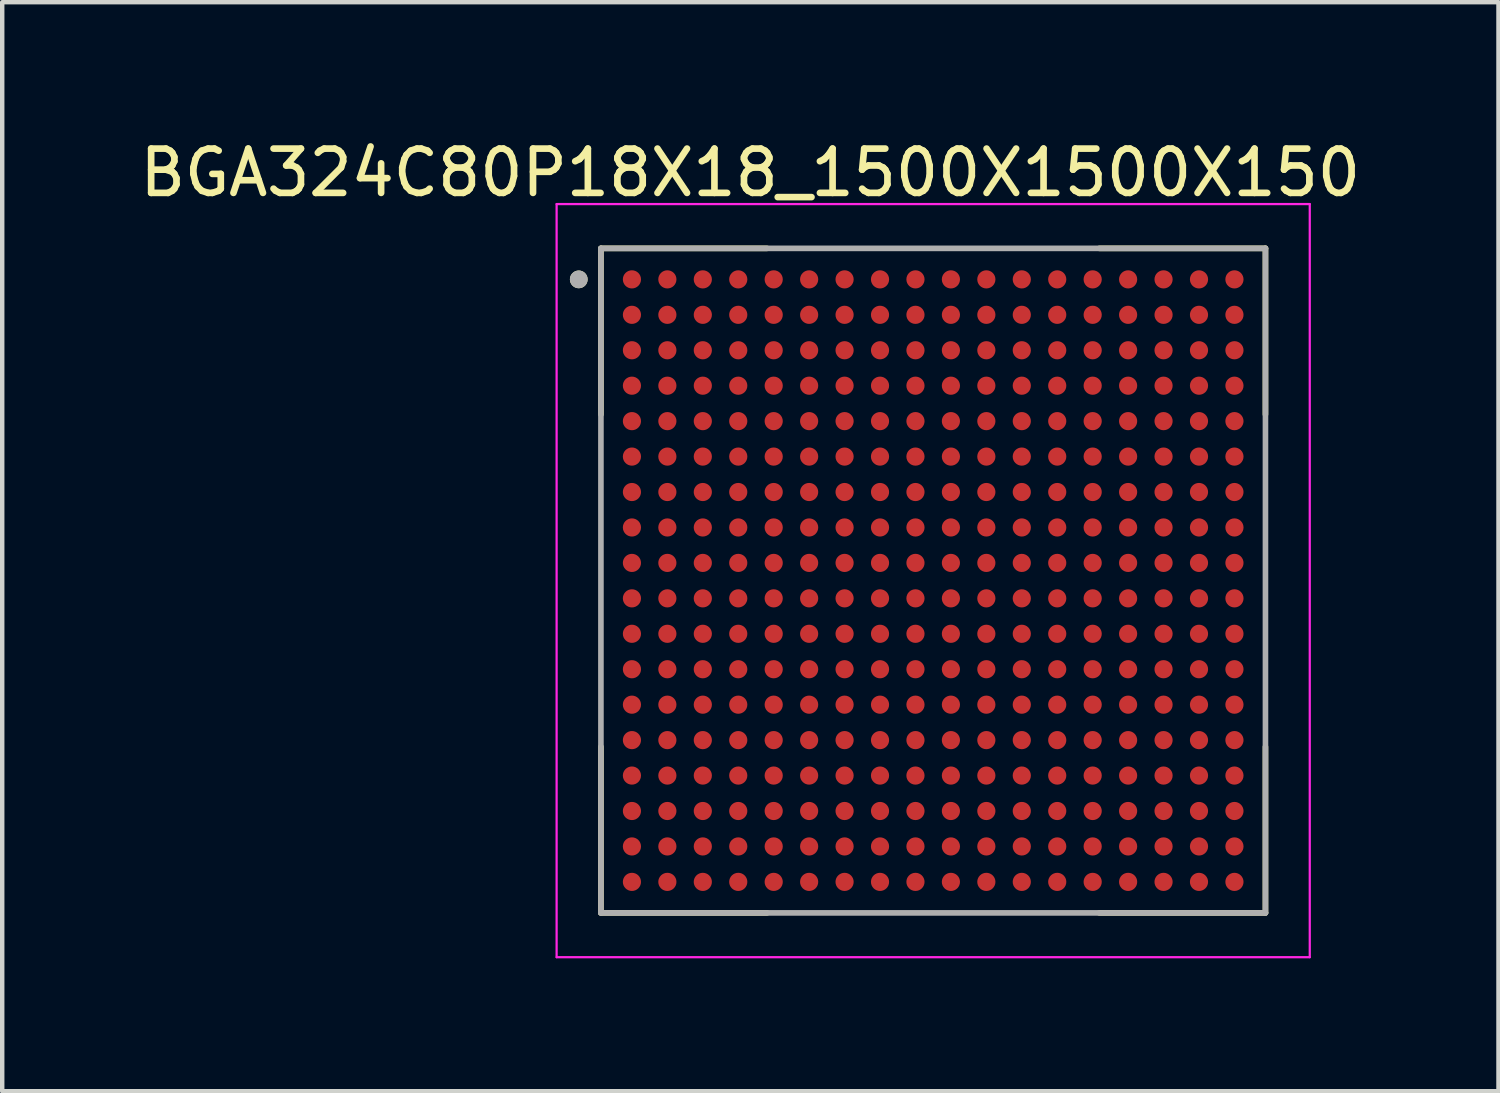
<source format=kicad_pcb>
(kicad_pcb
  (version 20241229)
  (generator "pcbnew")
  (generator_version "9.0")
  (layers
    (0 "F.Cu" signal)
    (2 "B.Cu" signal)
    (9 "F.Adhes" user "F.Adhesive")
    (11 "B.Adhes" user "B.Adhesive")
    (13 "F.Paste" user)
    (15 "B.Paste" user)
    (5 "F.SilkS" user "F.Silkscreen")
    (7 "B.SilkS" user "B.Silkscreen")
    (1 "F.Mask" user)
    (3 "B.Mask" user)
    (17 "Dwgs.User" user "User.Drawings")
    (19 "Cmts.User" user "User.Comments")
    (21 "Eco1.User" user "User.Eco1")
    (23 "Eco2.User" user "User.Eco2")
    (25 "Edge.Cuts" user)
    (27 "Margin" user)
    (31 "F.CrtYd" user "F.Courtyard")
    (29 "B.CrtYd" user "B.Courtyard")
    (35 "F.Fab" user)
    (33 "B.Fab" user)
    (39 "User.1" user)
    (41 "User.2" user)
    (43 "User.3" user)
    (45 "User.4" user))
  (footprint "BGA324C80P18X18_1500X1500X150"
    (layer "F.Cu")
    (at 18.014 10.056)
    (property "Reference" "BGA324C80P18X18_1500X1500X150" (at -4.128 -9.207 0) (layer "F.SilkS") (effects (font (size 1 1) (thickness 0.15))))
    (attr smd)
    (fp_line (start -7.5 -7.5) (end -3.75 -7.5) (stroke (width 0.127) (type solid)) (layer "F.SilkS"))
    (fp_line (start -7.5 -3.75) (end -7.5 -7.5) (stroke (width 0.127) (type solid)) (layer "F.SilkS"))
    (fp_line (start -7.5 3.75) (end -7.5 7.5) (stroke (width 0.127) (type solid)) (layer "F.SilkS"))
    (fp_line (start -7.5 7.5) (end -3.75 7.5) (stroke (width 0.127) (type solid)) (layer "F.SilkS"))
    (fp_line (start 7.5 -7.5) (end 3.75 -7.5) (stroke (width 0.127) (type solid)) (layer "F.SilkS"))
    (fp_line (start 7.5 -3.75) (end 7.5 -7.5) (stroke (width 0.127) (type solid)) (layer "F.SilkS"))
    (fp_line (start 7.5 3.75) (end 7.5 7.5) (stroke (width 0.127) (type solid)) (layer "F.SilkS"))
    (fp_line (start 7.5 7.5) (end 3.75 7.5) (stroke (width 0.127) (type solid)) (layer "F.SilkS"))
    (fp_circle (center -8 -6.8) (end -7.9 -6.8) (stroke (width 0.2) (type solid)) (fill no) (layer "F.SilkS"))
    (fp_line (start -8.5 -8.5) (end 8.5 -8.5) (stroke (width 0.05) (type solid)) (layer "F.CrtYd"))
    (fp_line (start -8.5 8.5) (end -8.5 -8.5) (stroke (width 0.05) (type solid)) (layer "F.CrtYd"))
    (fp_line (start 8.5 -8.5) (end 8.5 8.5) (stroke (width 0.05) (type solid)) (layer "F.CrtYd"))
    (fp_line (start 8.5 8.5) (end -8.5 8.5) (stroke (width 0.05) (type solid)) (layer "F.CrtYd"))
    (fp_line (start -7.5 -7.5) (end 7.5 -7.5) (stroke (width 0.127) (type solid)) (layer "F.Fab"))
    (fp_line (start -7.5 7.5) (end -7.5 -7.5) (stroke (width 0.127) (type solid)) (layer "F.Fab"))
    (fp_line (start 7.5 -7.5) (end 7.5 7.5) (stroke (width 0.127) (type solid)) (layer "F.Fab"))
    (fp_line (start 7.5 7.5) (end -7.5 7.5) (stroke (width 0.127) (type solid)) (layer "F.Fab"))
    (fp_circle (center -8 -6.8) (end -7.9 -6.8) (stroke (width 0.2) (type solid)) (fill no) (layer "F.Fab"))
    (pad "A1" smd circle (at -6.8 -6.8) (size 0.41 0.41) (layers "F.Cu" "F.Mask" "F.Paste"))
    (pad "A2" smd circle (at -6 -6.8) (size 0.41 0.41) (layers "F.Cu" "F.Mask" "F.Paste"))
    (pad "A3" smd circle (at -5.2 -6.8) (size 0.41 0.41) (layers "F.Cu" "F.Mask" "F.Paste"))
    (pad "A4" smd circle (at -4.4 -6.8) (size 0.41 0.41) (layers "F.Cu" "F.Mask" "F.Paste"))
    (pad "A5" smd circle (at -3.6 -6.8) (size 0.41 0.41) (layers "F.Cu" "F.Mask" "F.Paste"))
    (pad "A6" smd circle (at -2.8 -6.8) (size 0.41 0.41) (layers "F.Cu" "F.Mask" "F.Paste"))
    (pad "A7" smd circle (at -2 -6.8) (size 0.41 0.41) (layers "F.Cu" "F.Mask" "F.Paste"))
    (pad "A8" smd circle (at -1.2 -6.8) (size 0.41 0.41) (layers "F.Cu" "F.Mask" "F.Paste"))
    (pad "A9" smd circle (at -0.4 -6.8) (size 0.41 0.41) (layers "F.Cu" "F.Mask" "F.Paste"))
    (pad "A10" smd circle (at 0.4 -6.8) (size 0.41 0.41) (layers "F.Cu" "F.Mask" "F.Paste"))
    (pad "A11" smd circle (at 1.2 -6.8) (size 0.41 0.41) (layers "F.Cu" "F.Mask" "F.Paste"))
    (pad "A12" smd circle (at 2 -6.8) (size 0.41 0.41) (layers "F.Cu" "F.Mask" "F.Paste"))
    (pad "A13" smd circle (at 2.8 -6.8) (size 0.41 0.41) (layers "F.Cu" "F.Mask" "F.Paste"))
    (pad "A14" smd circle (at 3.6 -6.8) (size 0.41 0.41) (layers "F.Cu" "F.Mask" "F.Paste"))
    (pad "A15" smd circle (at 4.4 -6.8) (size 0.41 0.41) (layers "F.Cu" "F.Mask" "F.Paste"))
    (pad "A16" smd circle (at 5.2 -6.8) (size 0.41 0.41) (layers "F.Cu" "F.Mask" "F.Paste"))
    (pad "A17" smd circle (at 6 -6.8) (size 0.41 0.41) (layers "F.Cu" "F.Mask" "F.Paste"))
    (pad "A18" smd circle (at 6.8 -6.8) (size 0.41 0.41) (layers "F.Cu" "F.Mask" "F.Paste"))
    (pad "B1" smd circle (at -6.8 -6) (size 0.41 0.41) (layers "F.Cu" "F.Mask" "F.Paste"))
    (pad "B2" smd circle (at -6 -6) (size 0.41 0.41) (layers "F.Cu" "F.Mask" "F.Paste"))
    (pad "B3" smd circle (at -5.2 -6) (size 0.41 0.41) (layers "F.Cu" "F.Mask" "F.Paste"))
    (pad "B4" smd circle (at -4.4 -6) (size 0.41 0.41) (layers "F.Cu" "F.Mask" "F.Paste"))
    (pad "B5" smd circle (at -3.6 -6) (size 0.41 0.41) (layers "F.Cu" "F.Mask" "F.Paste"))
    (pad "B6" smd circle (at -2.8 -6) (size 0.41 0.41) (layers "F.Cu" "F.Mask" "F.Paste"))
    (pad "B7" smd circle (at -2 -6) (size 0.41 0.41) (layers "F.Cu" "F.Mask" "F.Paste"))
    (pad "B8" smd circle (at -1.2 -6) (size 0.41 0.41) (layers "F.Cu" "F.Mask" "F.Paste"))
    (pad "B9" smd circle (at -0.4 -6) (size 0.41 0.41) (layers "F.Cu" "F.Mask" "F.Paste"))
    (pad "B10" smd circle (at 0.4 -6) (size 0.41 0.41) (layers "F.Cu" "F.Mask" "F.Paste"))
    (pad "B11" smd circle (at 1.2 -6) (size 0.41 0.41) (layers "F.Cu" "F.Mask" "F.Paste"))
    (pad "B12" smd circle (at 2 -6) (size 0.41 0.41) (layers "F.Cu" "F.Mask" "F.Paste"))
    (pad "B13" smd circle (at 2.8 -6) (size 0.41 0.41) (layers "F.Cu" "F.Mask" "F.Paste"))
    (pad "B14" smd circle (at 3.6 -6) (size 0.41 0.41) (layers "F.Cu" "F.Mask" "F.Paste"))
    (pad "B15" smd circle (at 4.4 -6) (size 0.41 0.41) (layers "F.Cu" "F.Mask" "F.Paste"))
    (pad "B16" smd circle (at 5.2 -6) (size 0.41 0.41) (layers "F.Cu" "F.Mask" "F.Paste"))
    (pad "B17" smd circle (at 6 -6) (size 0.41 0.41) (layers "F.Cu" "F.Mask" "F.Paste"))
    (pad "B18" smd circle (at 6.8 -6) (size 0.41 0.41) (layers "F.Cu" "F.Mask" "F.Paste"))
    (pad "C1" smd circle (at -6.8 -5.2) (size 0.41 0.41) (layers "F.Cu" "F.Mask" "F.Paste"))
    (pad "C2" smd circle (at -6 -5.2) (size 0.41 0.41) (layers "F.Cu" "F.Mask" "F.Paste"))
    (pad "C3" smd circle (at -5.2 -5.2) (size 0.41 0.41) (layers "F.Cu" "F.Mask" "F.Paste"))
    (pad "C4" smd circle (at -4.4 -5.2) (size 0.41 0.41) (layers "F.Cu" "F.Mask" "F.Paste"))
    (pad "C5" smd circle (at -3.6 -5.2) (size 0.41 0.41) (layers "F.Cu" "F.Mask" "F.Paste"))
    (pad "C6" smd circle (at -2.8 -5.2) (size 0.41 0.41) (layers "F.Cu" "F.Mask" "F.Paste"))
    (pad "C7" smd circle (at -2 -5.2) (size 0.41 0.41) (layers "F.Cu" "F.Mask" "F.Paste"))
    (pad "C8" smd circle (at -1.2 -5.2) (size 0.41 0.41) (layers "F.Cu" "F.Mask" "F.Paste"))
    (pad "C9" smd circle (at -0.4 -5.2) (size 0.41 0.41) (layers "F.Cu" "F.Mask" "F.Paste"))
    (pad "C10" smd circle (at 0.4 -5.2) (size 0.41 0.41) (layers "F.Cu" "F.Mask" "F.Paste"))
    (pad "C11" smd circle (at 1.2 -5.2) (size 0.41 0.41) (layers "F.Cu" "F.Mask" "F.Paste"))
    (pad "C12" smd circle (at 2 -5.2) (size 0.41 0.41) (layers "F.Cu" "F.Mask" "F.Paste"))
    (pad "C13" smd circle (at 2.8 -5.2) (size 0.41 0.41) (layers "F.Cu" "F.Mask" "F.Paste"))
    (pad "C14" smd circle (at 3.6 -5.2) (size 0.41 0.41) (layers "F.Cu" "F.Mask" "F.Paste"))
    (pad "C15" smd circle (at 4.4 -5.2) (size 0.41 0.41) (layers "F.Cu" "F.Mask" "F.Paste"))
    (pad "C16" smd circle (at 5.2 -5.2) (size 0.41 0.41) (layers "F.Cu" "F.Mask" "F.Paste"))
    (pad "C17" smd circle (at 6 -5.2) (size 0.41 0.41) (layers "F.Cu" "F.Mask" "F.Paste"))
    (pad "C18" smd circle (at 6.8 -5.2) (size 0.41 0.41) (layers "F.Cu" "F.Mask" "F.Paste"))
    (pad "D1" smd circle (at -6.8 -4.4) (size 0.41 0.41) (layers "F.Cu" "F.Mask" "F.Paste"))
    (pad "D2" smd circle (at -6 -4.4) (size 0.41 0.41) (layers "F.Cu" "F.Mask" "F.Paste"))
    (pad "D3" smd circle (at -5.2 -4.4) (size 0.41 0.41) (layers "F.Cu" "F.Mask" "F.Paste"))
    (pad "D4" smd circle (at -4.4 -4.4) (size 0.41 0.41) (layers "F.Cu" "F.Mask" "F.Paste"))
    (pad "D5" smd circle (at -3.6 -4.4) (size 0.41 0.41) (layers "F.Cu" "F.Mask" "F.Paste"))
    (pad "D6" smd circle (at -2.8 -4.4) (size 0.41 0.41) (layers "F.Cu" "F.Mask" "F.Paste"))
    (pad "D7" smd circle (at -2 -4.4) (size 0.41 0.41) (layers "F.Cu" "F.Mask" "F.Paste"))
    (pad "D8" smd circle (at -1.2 -4.4) (size 0.41 0.41) (layers "F.Cu" "F.Mask" "F.Paste"))
    (pad "D9" smd circle (at -0.4 -4.4) (size 0.41 0.41) (layers "F.Cu" "F.Mask" "F.Paste"))
    (pad "D10" smd circle (at 0.4 -4.4) (size 0.41 0.41) (layers "F.Cu" "F.Mask" "F.Paste"))
    (pad "D11" smd circle (at 1.2 -4.4) (size 0.41 0.41) (layers "F.Cu" "F.Mask" "F.Paste"))
    (pad "D12" smd circle (at 2 -4.4) (size 0.41 0.41) (layers "F.Cu" "F.Mask" "F.Paste"))
    (pad "D13" smd circle (at 2.8 -4.4) (size 0.41 0.41) (layers "F.Cu" "F.Mask" "F.Paste"))
    (pad "D14" smd circle (at 3.6 -4.4) (size 0.41 0.41) (layers "F.Cu" "F.Mask" "F.Paste"))
    (pad "D15" smd circle (at 4.4 -4.4) (size 0.41 0.41) (layers "F.Cu" "F.Mask" "F.Paste"))
    (pad "D16" smd circle (at 5.2 -4.4) (size 0.41 0.41) (layers "F.Cu" "F.Mask" "F.Paste"))
    (pad "D17" smd circle (at 6 -4.4) (size 0.41 0.41) (layers "F.Cu" "F.Mask" "F.Paste"))
    (pad "D18" smd circle (at 6.8 -4.4) (size 0.41 0.41) (layers "F.Cu" "F.Mask" "F.Paste"))
    (pad "E1" smd circle (at -6.8 -3.6) (size 0.41 0.41) (layers "F.Cu" "F.Mask" "F.Paste"))
    (pad "E2" smd circle (at -6 -3.6) (size 0.41 0.41) (layers "F.Cu" "F.Mask" "F.Paste"))
    (pad "E3" smd circle (at -5.2 -3.6) (size 0.41 0.41) (layers "F.Cu" "F.Mask" "F.Paste"))
    (pad "E4" smd circle (at -4.4 -3.6) (size 0.41 0.41) (layers "F.Cu" "F.Mask" "F.Paste"))
    (pad "E5" smd circle (at -3.6 -3.6) (size 0.41 0.41) (layers "F.Cu" "F.Mask" "F.Paste"))
    (pad "E6" smd circle (at -2.8 -3.6) (size 0.41 0.41) (layers "F.Cu" "F.Mask" "F.Paste"))
    (pad "E7" smd circle (at -2 -3.6) (size 0.41 0.41) (layers "F.Cu" "F.Mask" "F.Paste"))
    (pad "E8" smd circle (at -1.2 -3.6) (size 0.41 0.41) (layers "F.Cu" "F.Mask" "F.Paste"))
    (pad "E9" smd circle (at -0.4 -3.6) (size 0.41 0.41) (layers "F.Cu" "F.Mask" "F.Paste"))
    (pad "E10" smd circle (at 0.4 -3.6) (size 0.41 0.41) (layers "F.Cu" "F.Mask" "F.Paste"))
    (pad "E11" smd circle (at 1.2 -3.6) (size 0.41 0.41) (layers "F.Cu" "F.Mask" "F.Paste"))
    (pad "E12" smd circle (at 2 -3.6) (size 0.41 0.41) (layers "F.Cu" "F.Mask" "F.Paste"))
    (pad "E13" smd circle (at 2.8 -3.6) (size 0.41 0.41) (layers "F.Cu" "F.Mask" "F.Paste"))
    (pad "E14" smd circle (at 3.6 -3.6) (size 0.41 0.41) (layers "F.Cu" "F.Mask" "F.Paste"))
    (pad "E15" smd circle (at 4.4 -3.6) (size 0.41 0.41) (layers "F.Cu" "F.Mask" "F.Paste"))
    (pad "E16" smd circle (at 5.2 -3.6) (size 0.41 0.41) (layers "F.Cu" "F.Mask" "F.Paste"))
    (pad "E17" smd circle (at 6 -3.6) (size 0.41 0.41) (layers "F.Cu" "F.Mask" "F.Paste"))
    (pad "E18" smd circle (at 6.8 -3.6) (size 0.41 0.41) (layers "F.Cu" "F.Mask" "F.Paste"))
    (pad "F1" smd circle (at -6.8 -2.8) (size 0.41 0.41) (layers "F.Cu" "F.Mask" "F.Paste"))
    (pad "F2" smd circle (at -6 -2.8) (size 0.41 0.41) (layers "F.Cu" "F.Mask" "F.Paste"))
    (pad "F3" smd circle (at -5.2 -2.8) (size 0.41 0.41) (layers "F.Cu" "F.Mask" "F.Paste"))
    (pad "F4" smd circle (at -4.4 -2.8) (size 0.41 0.41) (layers "F.Cu" "F.Mask" "F.Paste"))
    (pad "F5" smd circle (at -3.6 -2.8) (size 0.41 0.41) (layers "F.Cu" "F.Mask" "F.Paste"))
    (pad "F6" smd circle (at -2.8 -2.8) (size 0.41 0.41) (layers "F.Cu" "F.Mask" "F.Paste"))
    (pad "F7" smd circle (at -2 -2.8) (size 0.41 0.41) (layers "F.Cu" "F.Mask" "F.Paste"))
    (pad "F8" smd circle (at -1.2 -2.8) (size 0.41 0.41) (layers "F.Cu" "F.Mask" "F.Paste"))
    (pad "F9" smd circle (at -0.4 -2.8) (size 0.41 0.41) (layers "F.Cu" "F.Mask" "F.Paste"))
    (pad "F10" smd circle (at 0.4 -2.8) (size 0.41 0.41) (layers "F.Cu" "F.Mask" "F.Paste"))
    (pad "F11" smd circle (at 1.2 -2.8) (size 0.41 0.41) (layers "F.Cu" "F.Mask" "F.Paste"))
    (pad "F12" smd circle (at 2 -2.8) (size 0.41 0.41) (layers "F.Cu" "F.Mask" "F.Paste"))
    (pad "F13" smd circle (at 2.8 -2.8) (size 0.41 0.41) (layers "F.Cu" "F.Mask" "F.Paste"))
    (pad "F14" smd circle (at 3.6 -2.8) (size 0.41 0.41) (layers "F.Cu" "F.Mask" "F.Paste"))
    (pad "F15" smd circle (at 4.4 -2.8) (size 0.41 0.41) (layers "F.Cu" "F.Mask" "F.Paste"))
    (pad "F16" smd circle (at 5.2 -2.8) (size 0.41 0.41) (layers "F.Cu" "F.Mask" "F.Paste"))
    (pad "F17" smd circle (at 6 -2.8) (size 0.41 0.41) (layers "F.Cu" "F.Mask" "F.Paste"))
    (pad "F18" smd circle (at 6.8 -2.8) (size 0.41 0.41) (layers "F.Cu" "F.Mask" "F.Paste"))
    (pad "G1" smd circle (at -6.8 -2) (size 0.41 0.41) (layers "F.Cu" "F.Mask" "F.Paste"))
    (pad "G2" smd circle (at -6 -2) (size 0.41 0.41) (layers "F.Cu" "F.Mask" "F.Paste"))
    (pad "G3" smd circle (at -5.2 -2) (size 0.41 0.41) (layers "F.Cu" "F.Mask" "F.Paste"))
    (pad "G4" smd circle (at -4.4 -2) (size 0.41 0.41) (layers "F.Cu" "F.Mask" "F.Paste"))
    (pad "G5" smd circle (at -3.6 -2) (size 0.41 0.41) (layers "F.Cu" "F.Mask" "F.Paste"))
    (pad "G6" smd circle (at -2.8 -2) (size 0.41 0.41) (layers "F.Cu" "F.Mask" "F.Paste"))
    (pad "G7" smd circle (at -2 -2) (size 0.41 0.41) (layers "F.Cu" "F.Mask" "F.Paste"))
    (pad "G8" smd circle (at -1.2 -2) (size 0.41 0.41) (layers "F.Cu" "F.Mask" "F.Paste"))
    (pad "G9" smd circle (at -0.4 -2) (size 0.41 0.41) (layers "F.Cu" "F.Mask" "F.Paste"))
    (pad "G10" smd circle (at 0.4 -2) (size 0.41 0.41) (layers "F.Cu" "F.Mask" "F.Paste"))
    (pad "G11" smd circle (at 1.2 -2) (size 0.41 0.41) (layers "F.Cu" "F.Mask" "F.Paste"))
    (pad "G12" smd circle (at 2 -2) (size 0.41 0.41) (layers "F.Cu" "F.Mask" "F.Paste"))
    (pad "G13" smd circle (at 2.8 -2) (size 0.41 0.41) (layers "F.Cu" "F.Mask" "F.Paste"))
    (pad "G14" smd circle (at 3.6 -2) (size 0.41 0.41) (layers "F.Cu" "F.Mask" "F.Paste"))
    (pad "G15" smd circle (at 4.4 -2) (size 0.41 0.41) (layers "F.Cu" "F.Mask" "F.Paste"))
    (pad "G16" smd circle (at 5.2 -2) (size 0.41 0.41) (layers "F.Cu" "F.Mask" "F.Paste"))
    (pad "G17" smd circle (at 6 -2) (size 0.41 0.41) (layers "F.Cu" "F.Mask" "F.Paste"))
    (pad "G18" smd circle (at 6.8 -2) (size 0.41 0.41) (layers "F.Cu" "F.Mask" "F.Paste"))
    (pad "H1" smd circle (at -6.8 -1.2) (size 0.41 0.41) (layers "F.Cu" "F.Mask" "F.Paste"))
    (pad "H2" smd circle (at -6 -1.2) (size 0.41 0.41) (layers "F.Cu" "F.Mask" "F.Paste"))
    (pad "H3" smd circle (at -5.2 -1.2) (size 0.41 0.41) (layers "F.Cu" "F.Mask" "F.Paste"))
    (pad "H4" smd circle (at -4.4 -1.2) (size 0.41 0.41) (layers "F.Cu" "F.Mask" "F.Paste"))
    (pad "H5" smd circle (at -3.6 -1.2) (size 0.41 0.41) (layers "F.Cu" "F.Mask" "F.Paste"))
    (pad "H6" smd circle (at -2.8 -1.2) (size 0.41 0.41) (layers "F.Cu" "F.Mask" "F.Paste"))
    (pad "H7" smd circle (at -2 -1.2) (size 0.41 0.41) (layers "F.Cu" "F.Mask" "F.Paste"))
    (pad "H8" smd circle (at -1.2 -1.2) (size 0.41 0.41) (layers "F.Cu" "F.Mask" "F.Paste"))
    (pad "H9" smd circle (at -0.4 -1.2) (size 0.41 0.41) (layers "F.Cu" "F.Mask" "F.Paste"))
    (pad "H10" smd circle (at 0.4 -1.2) (size 0.41 0.41) (layers "F.Cu" "F.Mask" "F.Paste"))
    (pad "H11" smd circle (at 1.2 -1.2) (size 0.41 0.41) (layers "F.Cu" "F.Mask" "F.Paste"))
    (pad "H12" smd circle (at 2 -1.2) (size 0.41 0.41) (layers "F.Cu" "F.Mask" "F.Paste"))
    (pad "H13" smd circle (at 2.8 -1.2) (size 0.41 0.41) (layers "F.Cu" "F.Mask" "F.Paste"))
    (pad "H14" smd circle (at 3.6 -1.2) (size 0.41 0.41) (layers "F.Cu" "F.Mask" "F.Paste"))
    (pad "H15" smd circle (at 4.4 -1.2) (size 0.41 0.41) (layers "F.Cu" "F.Mask" "F.Paste"))
    (pad "H16" smd circle (at 5.2 -1.2) (size 0.41 0.41) (layers "F.Cu" "F.Mask" "F.Paste"))
    (pad "H17" smd circle (at 6 -1.2) (size 0.41 0.41) (layers "F.Cu" "F.Mask" "F.Paste"))
    (pad "H18" smd circle (at 6.8 -1.2) (size 0.41 0.41) (layers "F.Cu" "F.Mask" "F.Paste"))
    (pad "J1" smd circle (at -6.8 -0.4) (size 0.41 0.41) (layers "F.Cu" "F.Mask" "F.Paste"))
    (pad "J2" smd circle (at -6 -0.4) (size 0.41 0.41) (layers "F.Cu" "F.Mask" "F.Paste"))
    (pad "J3" smd circle (at -5.2 -0.4) (size 0.41 0.41) (layers "F.Cu" "F.Mask" "F.Paste"))
    (pad "J4" smd circle (at -4.4 -0.4) (size 0.41 0.41) (layers "F.Cu" "F.Mask" "F.Paste"))
    (pad "J5" smd circle (at -3.6 -0.4) (size 0.41 0.41) (layers "F.Cu" "F.Mask" "F.Paste"))
    (pad "J6" smd circle (at -2.8 -0.4) (size 0.41 0.41) (layers "F.Cu" "F.Mask" "F.Paste"))
    (pad "J7" smd circle (at -2 -0.4) (size 0.41 0.41) (layers "F.Cu" "F.Mask" "F.Paste"))
    (pad "J8" smd circle (at -1.2 -0.4) (size 0.41 0.41) (layers "F.Cu" "F.Mask" "F.Paste"))
    (pad "J9" smd circle (at -0.4 -0.4) (size 0.41 0.41) (layers "F.Cu" "F.Mask" "F.Paste"))
    (pad "J10" smd circle (at 0.4 -0.4) (size 0.41 0.41) (layers "F.Cu" "F.Mask" "F.Paste"))
    (pad "J11" smd circle (at 1.2 -0.4) (size 0.41 0.41) (layers "F.Cu" "F.Mask" "F.Paste"))
    (pad "J12" smd circle (at 2 -0.4) (size 0.41 0.41) (layers "F.Cu" "F.Mask" "F.Paste"))
    (pad "J13" smd circle (at 2.8 -0.4) (size 0.41 0.41) (layers "F.Cu" "F.Mask" "F.Paste"))
    (pad "J14" smd circle (at 3.6 -0.4) (size 0.41 0.41) (layers "F.Cu" "F.Mask" "F.Paste"))
    (pad "J15" smd circle (at 4.4 -0.4) (size 0.41 0.41) (layers "F.Cu" "F.Mask" "F.Paste"))
    (pad "J16" smd circle (at 5.2 -0.4) (size 0.41 0.41) (layers "F.Cu" "F.Mask" "F.Paste"))
    (pad "J17" smd circle (at 6 -0.4) (size 0.41 0.41) (layers "F.Cu" "F.Mask" "F.Paste"))
    (pad "J18" smd circle (at 6.8 -0.4) (size 0.41 0.41) (layers "F.Cu" "F.Mask" "F.Paste"))
    (pad "K1" smd circle (at -6.8 0.4) (size 0.41 0.41) (layers "F.Cu" "F.Mask" "F.Paste"))
    (pad "K2" smd circle (at -6 0.4) (size 0.41 0.41) (layers "F.Cu" "F.Mask" "F.Paste"))
    (pad "K3" smd circle (at -5.2 0.4) (size 0.41 0.41) (layers "F.Cu" "F.Mask" "F.Paste"))
    (pad "K4" smd circle (at -4.4 0.4) (size 0.41 0.41) (layers "F.Cu" "F.Mask" "F.Paste"))
    (pad "K5" smd circle (at -3.6 0.4) (size 0.41 0.41) (layers "F.Cu" "F.Mask" "F.Paste"))
    (pad "K6" smd circle (at -2.8 0.4) (size 0.41 0.41) (layers "F.Cu" "F.Mask" "F.Paste"))
    (pad "K7" smd circle (at -2 0.4) (size 0.41 0.41) (layers "F.Cu" "F.Mask" "F.Paste"))
    (pad "K8" smd circle (at -1.2 0.4) (size 0.41 0.41) (layers "F.Cu" "F.Mask" "F.Paste"))
    (pad "K9" smd circle (at -0.4 0.4) (size 0.41 0.41) (layers "F.Cu" "F.Mask" "F.Paste"))
    (pad "K10" smd circle (at 0.4 0.4) (size 0.41 0.41) (layers "F.Cu" "F.Mask" "F.Paste"))
    (pad "K11" smd circle (at 1.2 0.4) (size 0.41 0.41) (layers "F.Cu" "F.Mask" "F.Paste"))
    (pad "K12" smd circle (at 2 0.4) (size 0.41 0.41) (layers "F.Cu" "F.Mask" "F.Paste"))
    (pad "K13" smd circle (at 2.8 0.4) (size 0.41 0.41) (layers "F.Cu" "F.Mask" "F.Paste"))
    (pad "K14" smd circle (at 3.6 0.4) (size 0.41 0.41) (layers "F.Cu" "F.Mask" "F.Paste"))
    (pad "K15" smd circle (at 4.4 0.4) (size 0.41 0.41) (layers "F.Cu" "F.Mask" "F.Paste"))
    (pad "K16" smd circle (at 5.2 0.4) (size 0.41 0.41) (layers "F.Cu" "F.Mask" "F.Paste"))
    (pad "K17" smd circle (at 6 0.4) (size 0.41 0.41) (layers "F.Cu" "F.Mask" "F.Paste"))
    (pad "K18" smd circle (at 6.8 0.4) (size 0.41 0.41) (layers "F.Cu" "F.Mask" "F.Paste"))
    (pad "L1" smd circle (at -6.8 1.2) (size 0.41 0.41) (layers "F.Cu" "F.Mask" "F.Paste"))
    (pad "L2" smd circle (at -6 1.2) (size 0.41 0.41) (layers "F.Cu" "F.Mask" "F.Paste"))
    (pad "L3" smd circle (at -5.2 1.2) (size 0.41 0.41) (layers "F.Cu" "F.Mask" "F.Paste"))
    (pad "L4" smd circle (at -4.4 1.2) (size 0.41 0.41) (layers "F.Cu" "F.Mask" "F.Paste"))
    (pad "L5" smd circle (at -3.6 1.2) (size 0.41 0.41) (layers "F.Cu" "F.Mask" "F.Paste"))
    (pad "L6" smd circle (at -2.8 1.2) (size 0.41 0.41) (layers "F.Cu" "F.Mask" "F.Paste"))
    (pad "L7" smd circle (at -2 1.2) (size 0.41 0.41) (layers "F.Cu" "F.Mask" "F.Paste"))
    (pad "L8" smd circle (at -1.2 1.2) (size 0.41 0.41) (layers "F.Cu" "F.Mask" "F.Paste"))
    (pad "L9" smd circle (at -0.4 1.2) (size 0.41 0.41) (layers "F.Cu" "F.Mask" "F.Paste"))
    (pad "L10" smd circle (at 0.4 1.2) (size 0.41 0.41) (layers "F.Cu" "F.Mask" "F.Paste"))
    (pad "L11" smd circle (at 1.2 1.2) (size 0.41 0.41) (layers "F.Cu" "F.Mask" "F.Paste"))
    (pad "L12" smd circle (at 2 1.2) (size 0.41 0.41) (layers "F.Cu" "F.Mask" "F.Paste"))
    (pad "L13" smd circle (at 2.8 1.2) (size 0.41 0.41) (layers "F.Cu" "F.Mask" "F.Paste"))
    (pad "L14" smd circle (at 3.6 1.2) (size 0.41 0.41) (layers "F.Cu" "F.Mask" "F.Paste"))
    (pad "L15" smd circle (at 4.4 1.2) (size 0.41 0.41) (layers "F.Cu" "F.Mask" "F.Paste"))
    (pad "L16" smd circle (at 5.2 1.2) (size 0.41 0.41) (layers "F.Cu" "F.Mask" "F.Paste"))
    (pad "L17" smd circle (at 6 1.2) (size 0.41 0.41) (layers "F.Cu" "F.Mask" "F.Paste"))
    (pad "L18" smd circle (at 6.8 1.2) (size 0.41 0.41) (layers "F.Cu" "F.Mask" "F.Paste"))
    (pad "M1" smd circle (at -6.8 2) (size 0.41 0.41) (layers "F.Cu" "F.Mask" "F.Paste"))
    (pad "M2" smd circle (at -6 2) (size 0.41 0.41) (layers "F.Cu" "F.Mask" "F.Paste"))
    (pad "M3" smd circle (at -5.2 2) (size 0.41 0.41) (layers "F.Cu" "F.Mask" "F.Paste"))
    (pad "M4" smd circle (at -4.4 2) (size 0.41 0.41) (layers "F.Cu" "F.Mask" "F.Paste"))
    (pad "M5" smd circle (at -3.6 2) (size 0.41 0.41) (layers "F.Cu" "F.Mask" "F.Paste"))
    (pad "M6" smd circle (at -2.8 2) (size 0.41 0.41) (layers "F.Cu" "F.Mask" "F.Paste"))
    (pad "M7" smd circle (at -2 2) (size 0.41 0.41) (layers "F.Cu" "F.Mask" "F.Paste"))
    (pad "M8" smd circle (at -1.2 2) (size 0.41 0.41) (layers "F.Cu" "F.Mask" "F.Paste"))
    (pad "M9" smd circle (at -0.4 2) (size 0.41 0.41) (layers "F.Cu" "F.Mask" "F.Paste"))
    (pad "M10" smd circle (at 0.4 2) (size 0.41 0.41) (layers "F.Cu" "F.Mask" "F.Paste"))
    (pad "M11" smd circle (at 1.2 2) (size 0.41 0.41) (layers "F.Cu" "F.Mask" "F.Paste"))
    (pad "M12" smd circle (at 2 2) (size 0.41 0.41) (layers "F.Cu" "F.Mask" "F.Paste"))
    (pad "M13" smd circle (at 2.8 2) (size 0.41 0.41) (layers "F.Cu" "F.Mask" "F.Paste"))
    (pad "M14" smd circle (at 3.6 2) (size 0.41 0.41) (layers "F.Cu" "F.Mask" "F.Paste"))
    (pad "M15" smd circle (at 4.4 2) (size 0.41 0.41) (layers "F.Cu" "F.Mask" "F.Paste"))
    (pad "M16" smd circle (at 5.2 2) (size 0.41 0.41) (layers "F.Cu" "F.Mask" "F.Paste"))
    (pad "M17" smd circle (at 6 2) (size 0.41 0.41) (layers "F.Cu" "F.Mask" "F.Paste"))
    (pad "M18" smd circle (at 6.8 2) (size 0.41 0.41) (layers "F.Cu" "F.Mask" "F.Paste"))
    (pad "N1" smd circle (at -6.8 2.8) (size 0.41 0.41) (layers "F.Cu" "F.Mask" "F.Paste"))
    (pad "N2" smd circle (at -6 2.8) (size 0.41 0.41) (layers "F.Cu" "F.Mask" "F.Paste"))
    (pad "N3" smd circle (at -5.2 2.8) (size 0.41 0.41) (layers "F.Cu" "F.Mask" "F.Paste"))
    (pad "N4" smd circle (at -4.4 2.8) (size 0.41 0.41) (layers "F.Cu" "F.Mask" "F.Paste"))
    (pad "N5" smd circle (at -3.6 2.8) (size 0.41 0.41) (layers "F.Cu" "F.Mask" "F.Paste"))
    (pad "N6" smd circle (at -2.8 2.8) (size 0.41 0.41) (layers "F.Cu" "F.Mask" "F.Paste"))
    (pad "N7" smd circle (at -2 2.8) (size 0.41 0.41) (layers "F.Cu" "F.Mask" "F.Paste"))
    (pad "N8" smd circle (at -1.2 2.8) (size 0.41 0.41) (layers "F.Cu" "F.Mask" "F.Paste"))
    (pad "N9" smd circle (at -0.4 2.8) (size 0.41 0.41) (layers "F.Cu" "F.Mask" "F.Paste"))
    (pad "N10" smd circle (at 0.4 2.8) (size 0.41 0.41) (layers "F.Cu" "F.Mask" "F.Paste"))
    (pad "N11" smd circle (at 1.2 2.8) (size 0.41 0.41) (layers "F.Cu" "F.Mask" "F.Paste"))
    (pad "N12" smd circle (at 2 2.8) (size 0.41 0.41) (layers "F.Cu" "F.Mask" "F.Paste"))
    (pad "N13" smd circle (at 2.8 2.8) (size 0.41 0.41) (layers "F.Cu" "F.Mask" "F.Paste"))
    (pad "N14" smd circle (at 3.6 2.8) (size 0.41 0.41) (layers "F.Cu" "F.Mask" "F.Paste"))
    (pad "N15" smd circle (at 4.4 2.8) (size 0.41 0.41) (layers "F.Cu" "F.Mask" "F.Paste"))
    (pad "N16" smd circle (at 5.2 2.8) (size 0.41 0.41) (layers "F.Cu" "F.Mask" "F.Paste"))
    (pad "N17" smd circle (at 6 2.8) (size 0.41 0.41) (layers "F.Cu" "F.Mask" "F.Paste"))
    (pad "N18" smd circle (at 6.8 2.8) (size 0.41 0.41) (layers "F.Cu" "F.Mask" "F.Paste"))
    (pad "P1" smd circle (at -6.8 3.6) (size 0.41 0.41) (layers "F.Cu" "F.Mask" "F.Paste"))
    (pad "P2" smd circle (at -6 3.6) (size 0.41 0.41) (layers "F.Cu" "F.Mask" "F.Paste"))
    (pad "P3" smd circle (at -5.2 3.6) (size 0.41 0.41) (layers "F.Cu" "F.Mask" "F.Paste"))
    (pad "P4" smd circle (at -4.4 3.6) (size 0.41 0.41) (layers "F.Cu" "F.Mask" "F.Paste"))
    (pad "P5" smd circle (at -3.6 3.6) (size 0.41 0.41) (layers "F.Cu" "F.Mask" "F.Paste"))
    (pad "P6" smd circle (at -2.8 3.6) (size 0.41 0.41) (layers "F.Cu" "F.Mask" "F.Paste"))
    (pad "P7" smd circle (at -2 3.6) (size 0.41 0.41) (layers "F.Cu" "F.Mask" "F.Paste"))
    (pad "P8" smd circle (at -1.2 3.6) (size 0.41 0.41) (layers "F.Cu" "F.Mask" "F.Paste"))
    (pad "P9" smd circle (at -0.4 3.6) (size 0.41 0.41) (layers "F.Cu" "F.Mask" "F.Paste"))
    (pad "P10" smd circle (at 0.4 3.6) (size 0.41 0.41) (layers "F.Cu" "F.Mask" "F.Paste"))
    (pad "P11" smd circle (at 1.2 3.6) (size 0.41 0.41) (layers "F.Cu" "F.Mask" "F.Paste"))
    (pad "P12" smd circle (at 2 3.6) (size 0.41 0.41) (layers "F.Cu" "F.Mask" "F.Paste"))
    (pad "P13" smd circle (at 2.8 3.6) (size 0.41 0.41) (layers "F.Cu" "F.Mask" "F.Paste"))
    (pad "P14" smd circle (at 3.6 3.6) (size 0.41 0.41) (layers "F.Cu" "F.Mask" "F.Paste"))
    (pad "P15" smd circle (at 4.4 3.6) (size 0.41 0.41) (layers "F.Cu" "F.Mask" "F.Paste"))
    (pad "P16" smd circle (at 5.2 3.6) (size 0.41 0.41) (layers "F.Cu" "F.Mask" "F.Paste"))
    (pad "P17" smd circle (at 6 3.6) (size 0.41 0.41) (layers "F.Cu" "F.Mask" "F.Paste"))
    (pad "P18" smd circle (at 6.8 3.6) (size 0.41 0.41) (layers "F.Cu" "F.Mask" "F.Paste"))
    (pad "R1" smd circle (at -6.8 4.4) (size 0.41 0.41) (layers "F.Cu" "F.Mask" "F.Paste"))
    (pad "R2" smd circle (at -6 4.4) (size 0.41 0.41) (layers "F.Cu" "F.Mask" "F.Paste"))
    (pad "R3" smd circle (at -5.2 4.4) (size 0.41 0.41) (layers "F.Cu" "F.Mask" "F.Paste"))
    (pad "R4" smd circle (at -4.4 4.4) (size 0.41 0.41) (layers "F.Cu" "F.Mask" "F.Paste"))
    (pad "R5" smd circle (at -3.6 4.4) (size 0.41 0.41) (layers "F.Cu" "F.Mask" "F.Paste"))
    (pad "R6" smd circle (at -2.8 4.4) (size 0.41 0.41) (layers "F.Cu" "F.Mask" "F.Paste"))
    (pad "R7" smd circle (at -2 4.4) (size 0.41 0.41) (layers "F.Cu" "F.Mask" "F.Paste"))
    (pad "R8" smd circle (at -1.2 4.4) (size 0.41 0.41) (layers "F.Cu" "F.Mask" "F.Paste"))
    (pad "R9" smd circle (at -0.4 4.4) (size 0.41 0.41) (layers "F.Cu" "F.Mask" "F.Paste"))
    (pad "R10" smd circle (at 0.4 4.4) (size 0.41 0.41) (layers "F.Cu" "F.Mask" "F.Paste"))
    (pad "R11" smd circle (at 1.2 4.4) (size 0.41 0.41) (layers "F.Cu" "F.Mask" "F.Paste"))
    (pad "R12" smd circle (at 2 4.4) (size 0.41 0.41) (layers "F.Cu" "F.Mask" "F.Paste"))
    (pad "R13" smd circle (at 2.8 4.4) (size 0.41 0.41) (layers "F.Cu" "F.Mask" "F.Paste"))
    (pad "R14" smd circle (at 3.6 4.4) (size 0.41 0.41) (layers "F.Cu" "F.Mask" "F.Paste"))
    (pad "R15" smd circle (at 4.4 4.4) (size 0.41 0.41) (layers "F.Cu" "F.Mask" "F.Paste"))
    (pad "R16" smd circle (at 5.2 4.4) (size 0.41 0.41) (layers "F.Cu" "F.Mask" "F.Paste"))
    (pad "R17" smd circle (at 6 4.4) (size 0.41 0.41) (layers "F.Cu" "F.Mask" "F.Paste"))
    (pad "R18" smd circle (at 6.8 4.4) (size 0.41 0.41) (layers "F.Cu" "F.Mask" "F.Paste"))
    (pad "T1" smd circle (at -6.8 5.2) (size 0.41 0.41) (layers "F.Cu" "F.Mask" "F.Paste"))
    (pad "T2" smd circle (at -6 5.2) (size 0.41 0.41) (layers "F.Cu" "F.Mask" "F.Paste"))
    (pad "T3" smd circle (at -5.2 5.2) (size 0.41 0.41) (layers "F.Cu" "F.Mask" "F.Paste"))
    (pad "T4" smd circle (at -4.4 5.2) (size 0.41 0.41) (layers "F.Cu" "F.Mask" "F.Paste"))
    (pad "T5" smd circle (at -3.6 5.2) (size 0.41 0.41) (layers "F.Cu" "F.Mask" "F.Paste"))
    (pad "T6" smd circle (at -2.8 5.2) (size 0.41 0.41) (layers "F.Cu" "F.Mask" "F.Paste"))
    (pad "T7" smd circle (at -2 5.2) (size 0.41 0.41) (layers "F.Cu" "F.Mask" "F.Paste"))
    (pad "T8" smd circle (at -1.2 5.2) (size 0.41 0.41) (layers "F.Cu" "F.Mask" "F.Paste"))
    (pad "T9" smd circle (at -0.4 5.2) (size 0.41 0.41) (layers "F.Cu" "F.Mask" "F.Paste"))
    (pad "T10" smd circle (at 0.4 5.2) (size 0.41 0.41) (layers "F.Cu" "F.Mask" "F.Paste"))
    (pad "T11" smd circle (at 1.2 5.2) (size 0.41 0.41) (layers "F.Cu" "F.Mask" "F.Paste"))
    (pad "T12" smd circle (at 2 5.2) (size 0.41 0.41) (layers "F.Cu" "F.Mask" "F.Paste"))
    (pad "T13" smd circle (at 2.8 5.2) (size 0.41 0.41) (layers "F.Cu" "F.Mask" "F.Paste"))
    (pad "T14" smd circle (at 3.6 5.2) (size 0.41 0.41) (layers "F.Cu" "F.Mask" "F.Paste"))
    (pad "T15" smd circle (at 4.4 5.2) (size 0.41 0.41) (layers "F.Cu" "F.Mask" "F.Paste"))
    (pad "T16" smd circle (at 5.2 5.2) (size 0.41 0.41) (layers "F.Cu" "F.Mask" "F.Paste"))
    (pad "T17" smd circle (at 6 5.2) (size 0.41 0.41) (layers "F.Cu" "F.Mask" "F.Paste"))
    (pad "T18" smd circle (at 6.8 5.2) (size 0.41 0.41) (layers "F.Cu" "F.Mask" "F.Paste"))
    (pad "U1" smd circle (at -6.8 6) (size 0.41 0.41) (layers "F.Cu" "F.Mask" "F.Paste"))
    (pad "U2" smd circle (at -6 6) (size 0.41 0.41) (layers "F.Cu" "F.Mask" "F.Paste"))
    (pad "U3" smd circle (at -5.2 6) (size 0.41 0.41) (layers "F.Cu" "F.Mask" "F.Paste"))
    (pad "U4" smd circle (at -4.4 6) (size 0.41 0.41) (layers "F.Cu" "F.Mask" "F.Paste"))
    (pad "U5" smd circle (at -3.6 6) (size 0.41 0.41) (layers "F.Cu" "F.Mask" "F.Paste"))
    (pad "U6" smd circle (at -2.8 6) (size 0.41 0.41) (layers "F.Cu" "F.Mask" "F.Paste"))
    (pad "U7" smd circle (at -2 6) (size 0.41 0.41) (layers "F.Cu" "F.Mask" "F.Paste"))
    (pad "U8" smd circle (at -1.2 6) (size 0.41 0.41) (layers "F.Cu" "F.Mask" "F.Paste"))
    (pad "U9" smd circle (at -0.4 6) (size 0.41 0.41) (layers "F.Cu" "F.Mask" "F.Paste"))
    (pad "U10" smd circle (at 0.4 6) (size 0.41 0.41) (layers "F.Cu" "F.Mask" "F.Paste"))
    (pad "U11" smd circle (at 1.2 6) (size 0.41 0.41) (layers "F.Cu" "F.Mask" "F.Paste"))
    (pad "U12" smd circle (at 2 6) (size 0.41 0.41) (layers "F.Cu" "F.Mask" "F.Paste"))
    (pad "U13" smd circle (at 2.8 6) (size 0.41 0.41) (layers "F.Cu" "F.Mask" "F.Paste"))
    (pad "U14" smd circle (at 3.6 6) (size 0.41 0.41) (layers "F.Cu" "F.Mask" "F.Paste"))
    (pad "U15" smd circle (at 4.4 6) (size 0.41 0.41) (layers "F.Cu" "F.Mask" "F.Paste"))
    (pad "U16" smd circle (at 5.2 6) (size 0.41 0.41) (layers "F.Cu" "F.Mask" "F.Paste"))
    (pad "U17" smd circle (at 6 6) (size 0.41 0.41) (layers "F.Cu" "F.Mask" "F.Paste"))
    (pad "U18" smd circle (at 6.8 6) (size 0.41 0.41) (layers "F.Cu" "F.Mask" "F.Paste"))
    (pad "V1" smd circle (at -6.8 6.8) (size 0.41 0.41) (layers "F.Cu" "F.Mask" "F.Paste"))
    (pad "V2" smd circle (at -6 6.8) (size 0.41 0.41) (layers "F.Cu" "F.Mask" "F.Paste"))
    (pad "V3" smd circle (at -5.2 6.8) (size 0.41 0.41) (layers "F.Cu" "F.Mask" "F.Paste"))
    (pad "V4" smd circle (at -4.4 6.8) (size 0.41 0.41) (layers "F.Cu" "F.Mask" "F.Paste"))
    (pad "V5" smd circle (at -3.6 6.8) (size 0.41 0.41) (layers "F.Cu" "F.Mask" "F.Paste"))
    (pad "V6" smd circle (at -2.8 6.8) (size 0.41 0.41) (layers "F.Cu" "F.Mask" "F.Paste"))
    (pad "V7" smd circle (at -2 6.8) (size 0.41 0.41) (layers "F.Cu" "F.Mask" "F.Paste"))
    (pad "V8" smd circle (at -1.2 6.8) (size 0.41 0.41) (layers "F.Cu" "F.Mask" "F.Paste"))
    (pad "V9" smd circle (at -0.4 6.8) (size 0.41 0.41) (layers "F.Cu" "F.Mask" "F.Paste"))
    (pad "V10" smd circle (at 0.4 6.8) (size 0.41 0.41) (layers "F.Cu" "F.Mask" "F.Paste"))
    (pad "V11" smd circle (at 1.2 6.8) (size 0.41 0.41) (layers "F.Cu" "F.Mask" "F.Paste"))
    (pad "V12" smd circle (at 2 6.8) (size 0.41 0.41) (layers "F.Cu" "F.Mask" "F.Paste"))
    (pad "V13" smd circle (at 2.8 6.8) (size 0.41 0.41) (layers "F.Cu" "F.Mask" "F.Paste"))
    (pad "V14" smd circle (at 3.6 6.8) (size 0.41 0.41) (layers "F.Cu" "F.Mask" "F.Paste"))
    (pad "V15" smd circle (at 4.4 6.8) (size 0.41 0.41) (layers "F.Cu" "F.Mask" "F.Paste"))
    (pad "V16" smd circle (at 5.2 6.8) (size 0.41 0.41) (layers "F.Cu" "F.Mask" "F.Paste"))
    (pad "V17" smd circle (at 6 6.8) (size 0.41 0.41) (layers "F.Cu" "F.Mask" "F.Paste"))
    (pad "V18" smd circle (at 6.8 6.8) (size 0.41 0.41) (layers "F.Cu" "F.Mask" "F.Paste")))
  (gr_rect
    (start -3 -3)
    (end 30.774 21.581)
    (stroke (width 0.1) (type default))
    (fill no)
    (layer "Edge.Cuts")))
</source>
